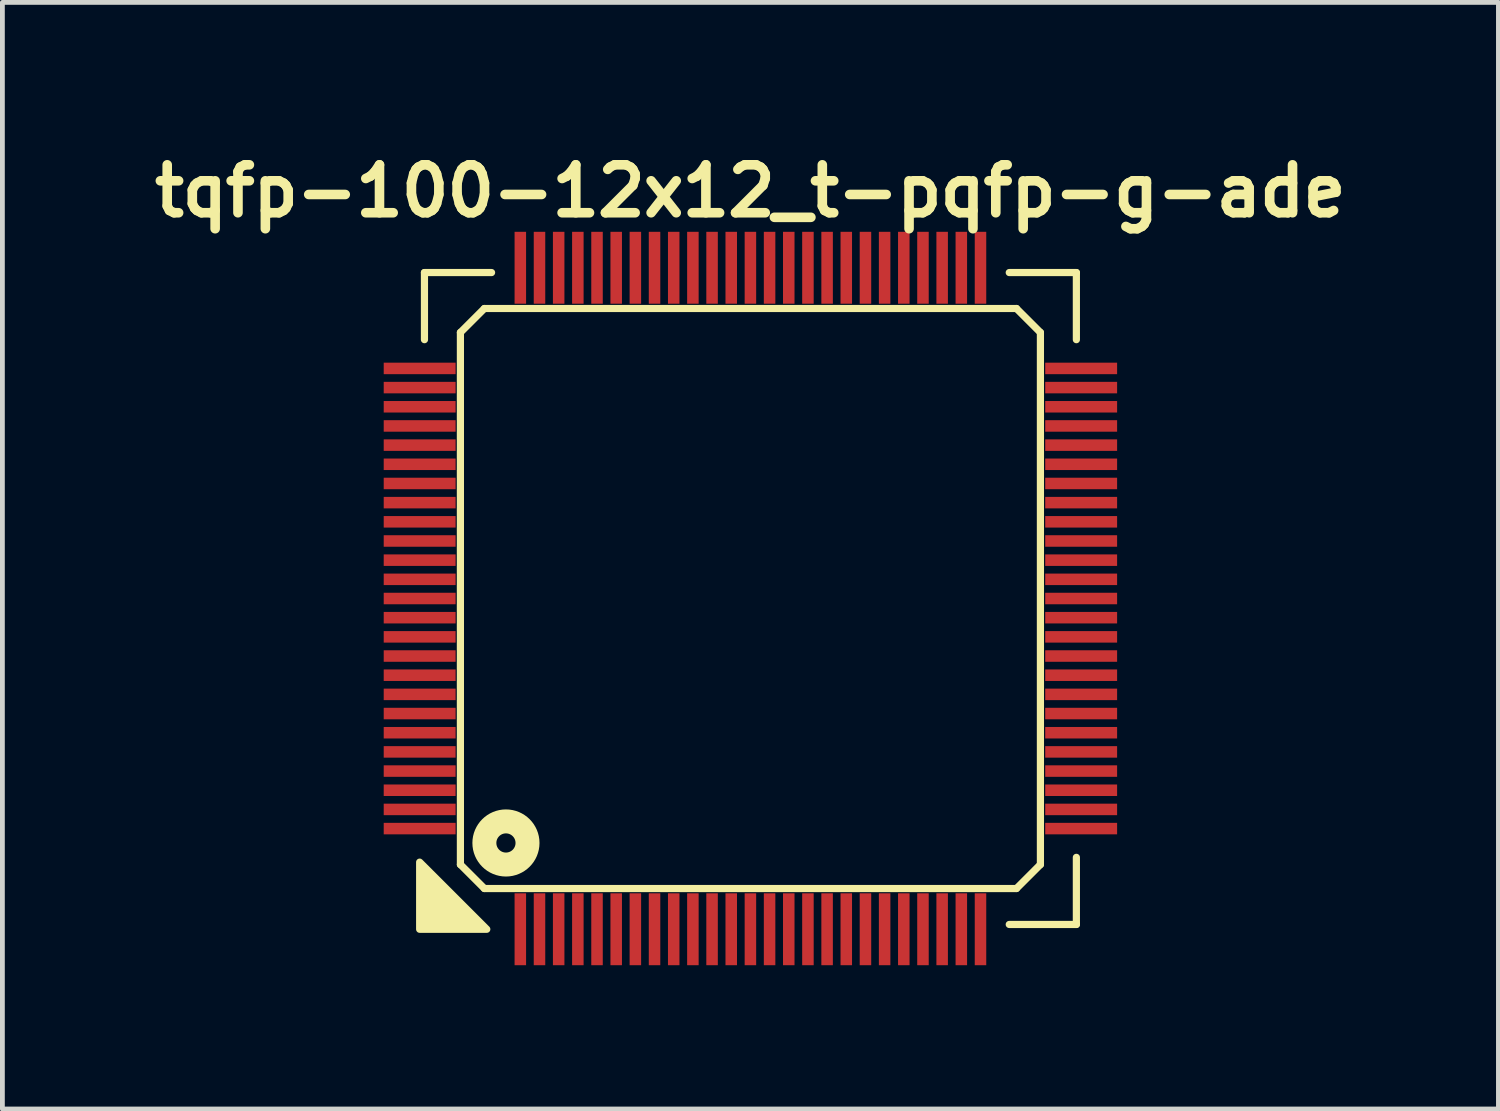
<source format=kicad_pcb>
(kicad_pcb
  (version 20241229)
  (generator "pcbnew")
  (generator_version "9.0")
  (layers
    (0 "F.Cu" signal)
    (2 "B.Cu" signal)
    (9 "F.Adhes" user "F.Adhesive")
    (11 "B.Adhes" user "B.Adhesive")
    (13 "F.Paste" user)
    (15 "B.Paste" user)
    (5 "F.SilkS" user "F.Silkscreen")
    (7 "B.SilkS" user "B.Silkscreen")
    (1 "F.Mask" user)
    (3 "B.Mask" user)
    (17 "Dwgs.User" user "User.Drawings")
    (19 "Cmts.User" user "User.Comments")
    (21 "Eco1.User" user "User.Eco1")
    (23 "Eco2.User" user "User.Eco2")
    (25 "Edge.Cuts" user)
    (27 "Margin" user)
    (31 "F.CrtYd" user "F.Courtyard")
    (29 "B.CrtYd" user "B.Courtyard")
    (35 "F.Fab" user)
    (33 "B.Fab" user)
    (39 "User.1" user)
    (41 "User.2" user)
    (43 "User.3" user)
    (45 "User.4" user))
  (footprint "tqfp-100-12x12_t-pqfp-g-ade"
    (layer "F.Cu")
    (at 12.605 9.436)
    (property "Reference" "tqfp-100-12x12_t-pqfp-g-ade" (at 0 -8.5 0) (layer "F.SilkS") (effects (font (size 1 1) (thickness 0.2))))
    (attr smd)
    (fp_line (start -6.8 -6.8) (end -5.4 -6.8) (stroke (width 0.15) (type solid)) (layer "F.SilkS"))
    (fp_line (start -6.8 -5.4) (end -6.8 -6.8) (stroke (width 0.15) (type solid)) (layer "F.SilkS"))
    (fp_line (start -6.05 -5.55) (end -5.55 -6.05) (stroke (width 0.15) (type solid)) (layer "F.SilkS"))
    (fp_line (start -6.05 5.55) (end -6.05 -5.55) (stroke (width 0.15) (type solid)) (layer "F.SilkS"))
    (fp_line (start -5.55 -6.05) (end 5.55 -6.05) (stroke (width 0.15) (type solid)) (layer "F.SilkS"))
    (fp_line (start -5.55 6.05) (end -6.05 5.55) (stroke (width 0.15) (type solid)) (layer "F.SilkS"))
    (fp_line (start 5.4 -6.8) (end 6.8 -6.8) (stroke (width 0.15) (type solid)) (layer "F.SilkS"))
    (fp_line (start 5.55 -6.05) (end 6.05 -5.55) (stroke (width 0.15) (type solid)) (layer "F.SilkS"))
    (fp_line (start 5.55 6.05) (end -5.55 6.05) (stroke (width 0.15) (type solid)) (layer "F.SilkS"))
    (fp_line (start 6.05 -5.55) (end 6.05 5.55) (stroke (width 0.15) (type solid)) (layer "F.SilkS"))
    (fp_line (start 6.05 5.55) (end 5.55 6.05) (stroke (width 0.15) (type solid)) (layer "F.SilkS"))
    (fp_line (start 6.8 -6.8) (end 6.8 -5.4) (stroke (width 0.15) (type solid)) (layer "F.SilkS"))
    (fp_line (start 6.8 5.4) (end 6.8 6.8) (stroke (width 0.15) (type solid)) (layer "F.SilkS"))
    (fp_line (start 6.8 6.8) (end 5.4 6.8) (stroke (width 0.15) (type solid)) (layer "F.SilkS"))
    (fp_circle (center -5.1 5.1) (end -4.9 5.1) (stroke (width 0.5) (type solid)) (fill no) (layer "F.SilkS"))
    (fp_poly (pts (xy -5.5 6.9) (xy -6.9 6.9) (xy -6.9 5.5)) (stroke (width 0.15) (type solid)) (fill yes) (layer "F.SilkS"))
    (pad "1" smd rect (at -4.8 6.9) (size 0.24 1.5) (layers "F.Cu" "F.Mask" "F.Paste"))
    (pad "2" smd rect (at -4.4 6.9) (size 0.24 1.5) (layers "F.Cu" "F.Mask" "F.Paste"))
    (pad "3" smd rect (at -4 6.9) (size 0.24 1.5) (layers "F.Cu" "F.Mask" "F.Paste"))
    (pad "4" smd rect (at -3.6 6.9) (size 0.24 1.5) (layers "F.Cu" "F.Mask" "F.Paste"))
    (pad "5" smd rect (at -3.2 6.9) (size 0.24 1.5) (layers "F.Cu" "F.Mask" "F.Paste"))
    (pad "6" smd rect (at -2.8 6.9) (size 0.24 1.5) (layers "F.Cu" "F.Mask" "F.Paste"))
    (pad "7" smd rect (at -2.4 6.9) (size 0.24 1.5) (layers "F.Cu" "F.Mask" "F.Paste"))
    (pad "8" smd rect (at -2 6.9) (size 0.24 1.5) (layers "F.Cu" "F.Mask" "F.Paste"))
    (pad "9" smd rect (at -1.6 6.9) (size 0.24 1.5) (layers "F.Cu" "F.Mask" "F.Paste"))
    (pad "10" smd rect (at -1.2 6.9) (size 0.24 1.5) (layers "F.Cu" "F.Mask" "F.Paste"))
    (pad "11" smd rect (at -0.8 6.9) (size 0.24 1.5) (layers "F.Cu" "F.Mask" "F.Paste"))
    (pad "12" smd rect (at -0.4 6.9) (size 0.24 1.5) (layers "F.Cu" "F.Mask" "F.Paste"))
    (pad "13" smd rect (at 0 6.9) (size 0.24 1.5) (layers "F.Cu" "F.Mask" "F.Paste"))
    (pad "14" smd rect (at 0.4 6.9) (size 0.24 1.5) (layers "F.Cu" "F.Mask" "F.Paste"))
    (pad "15" smd rect (at 0.8 6.9) (size 0.24 1.5) (layers "F.Cu" "F.Mask" "F.Paste"))
    (pad "16" smd rect (at 1.2 6.9) (size 0.24 1.5) (layers "F.Cu" "F.Mask" "F.Paste"))
    (pad "17" smd rect (at 1.6 6.9) (size 0.24 1.5) (layers "F.Cu" "F.Mask" "F.Paste"))
    (pad "18" smd rect (at 2 6.9) (size 0.24 1.5) (layers "F.Cu" "F.Mask" "F.Paste"))
    (pad "19" smd rect (at 2.4 6.9) (size 0.24 1.5) (layers "F.Cu" "F.Mask" "F.Paste"))
    (pad "20" smd rect (at 2.8 6.9) (size 0.24 1.5) (layers "F.Cu" "F.Mask" "F.Paste"))
    (pad "21" smd rect (at 3.2 6.9) (size 0.24 1.5) (layers "F.Cu" "F.Mask" "F.Paste"))
    (pad "22" smd rect (at 3.6 6.9) (size 0.24 1.5) (layers "F.Cu" "F.Mask" "F.Paste"))
    (pad "23" smd rect (at 4 6.9) (size 0.24 1.5) (layers "F.Cu" "F.Mask" "F.Paste"))
    (pad "24" smd rect (at 4.4 6.9) (size 0.24 1.5) (layers "F.Cu" "F.Mask" "F.Paste"))
    (pad "25" smd rect (at 4.8 6.9) (size 0.24 1.5) (layers "F.Cu" "F.Mask" "F.Paste"))
    (pad "26" smd rect (at 6.9 4.8) (size 1.5 0.24) (layers "F.Cu" "F.Mask" "F.Paste"))
    (pad "27" smd rect (at 6.9 4.4) (size 1.5 0.24) (layers "F.Cu" "F.Mask" "F.Paste"))
    (pad "28" smd rect (at 6.9 4) (size 1.5 0.24) (layers "F.Cu" "F.Mask" "F.Paste"))
    (pad "29" smd rect (at 6.9 3.6) (size 1.5 0.24) (layers "F.Cu" "F.Mask" "F.Paste"))
    (pad "30" smd rect (at 6.9 3.2) (size 1.5 0.24) (layers "F.Cu" "F.Mask" "F.Paste"))
    (pad "31" smd rect (at 6.9 2.8) (size 1.5 0.24) (layers "F.Cu" "F.Mask" "F.Paste"))
    (pad "32" smd rect (at 6.9 2.4) (size 1.5 0.24) (layers "F.Cu" "F.Mask" "F.Paste"))
    (pad "33" smd rect (at 6.9 2) (size 1.5 0.24) (layers "F.Cu" "F.Mask" "F.Paste"))
    (pad "34" smd rect (at 6.9 1.6) (size 1.5 0.24) (layers "F.Cu" "F.Mask" "F.Paste"))
    (pad "35" smd rect (at 6.9 1.2) (size 1.5 0.24) (layers "F.Cu" "F.Mask" "F.Paste"))
    (pad "36" smd rect (at 6.9 0.8) (size 1.5 0.24) (layers "F.Cu" "F.Mask" "F.Paste"))
    (pad "37" smd rect (at 6.9 0.4) (size 1.5 0.24) (layers "F.Cu" "F.Mask" "F.Paste"))
    (pad "38" smd rect (at 6.9 0) (size 1.5 0.24) (layers "F.Cu" "F.Mask" "F.Paste"))
    (pad "39" smd rect (at 6.9 -0.4) (size 1.5 0.24) (layers "F.Cu" "F.Mask" "F.Paste"))
    (pad "40" smd rect (at 6.9 -0.8) (size 1.5 0.24) (layers "F.Cu" "F.Mask" "F.Paste"))
    (pad "41" smd rect (at 6.9 -1.2) (size 1.5 0.24) (layers "F.Cu" "F.Mask" "F.Paste"))
    (pad "42" smd rect (at 6.9 -1.6) (size 1.5 0.24) (layers "F.Cu" "F.Mask" "F.Paste"))
    (pad "43" smd rect (at 6.9 -2) (size 1.5 0.24) (layers "F.Cu" "F.Mask" "F.Paste"))
    (pad "44" smd rect (at 6.9 -2.4) (size 1.5 0.24) (layers "F.Cu" "F.Mask" "F.Paste"))
    (pad "45" smd rect (at 6.9 -2.8) (size 1.5 0.24) (layers "F.Cu" "F.Mask" "F.Paste"))
    (pad "46" smd rect (at 6.9 -3.2) (size 1.5 0.24) (layers "F.Cu" "F.Mask" "F.Paste"))
    (pad "47" smd rect (at 6.9 -3.6) (size 1.5 0.24) (layers "F.Cu" "F.Mask" "F.Paste"))
    (pad "48" smd rect (at 6.9 -4) (size 1.5 0.24) (layers "F.Cu" "F.Mask" "F.Paste"))
    (pad "49" smd rect (at 6.9 -4.4) (size 1.5 0.24) (layers "F.Cu" "F.Mask" "F.Paste"))
    (pad "50" smd rect (at 6.9 -4.8) (size 1.5 0.24) (layers "F.Cu" "F.Mask" "F.Paste"))
    (pad "51" smd rect (at 4.8 -6.9) (size 0.24 1.5) (layers "F.Cu" "F.Mask" "F.Paste"))
    (pad "52" smd rect (at 4.4 -6.9) (size 0.24 1.5) (layers "F.Cu" "F.Mask" "F.Paste"))
    (pad "53" smd rect (at 4 -6.9) (size 0.24 1.5) (layers "F.Cu" "F.Mask" "F.Paste"))
    (pad "54" smd rect (at 3.6 -6.9) (size 0.24 1.5) (layers "F.Cu" "F.Mask" "F.Paste"))
    (pad "55" smd rect (at 3.2 -6.9) (size 0.24 1.5) (layers "F.Cu" "F.Mask" "F.Paste"))
    (pad "56" smd rect (at 2.8 -6.9) (size 0.24 1.5) (layers "F.Cu" "F.Mask" "F.Paste"))
    (pad "57" smd rect (at 2.4 -6.9) (size 0.24 1.5) (layers "F.Cu" "F.Mask" "F.Paste"))
    (pad "58" smd rect (at 2 -6.9) (size 0.24 1.5) (layers "F.Cu" "F.Mask" "F.Paste"))
    (pad "59" smd rect (at 1.6 -6.9) (size 0.24 1.5) (layers "F.Cu" "F.Mask" "F.Paste"))
    (pad "60" smd rect (at 1.2 -6.9) (size 0.24 1.5) (layers "F.Cu" "F.Mask" "F.Paste"))
    (pad "61" smd rect (at 0.8 -6.9) (size 0.24 1.5) (layers "F.Cu" "F.Mask" "F.Paste"))
    (pad "62" smd rect (at 0.4 -6.9) (size 0.24 1.5) (layers "F.Cu" "F.Mask" "F.Paste"))
    (pad "63" smd rect (at 0 -6.9) (size 0.24 1.5) (layers "F.Cu" "F.Mask" "F.Paste"))
    (pad "64" smd rect (at -0.4 -6.9) (size 0.24 1.5) (layers "F.Cu" "F.Mask" "F.Paste"))
    (pad "65" smd rect (at -0.8 -6.9) (size 0.24 1.5) (layers "F.Cu" "F.Mask" "F.Paste"))
    (pad "66" smd rect (at -1.2 -6.9) (size 0.24 1.5) (layers "F.Cu" "F.Mask" "F.Paste"))
    (pad "67" smd rect (at -1.6 -6.9) (size 0.24 1.5) (layers "F.Cu" "F.Mask" "F.Paste"))
    (pad "68" smd rect (at -2 -6.9) (size 0.24 1.5) (layers "F.Cu" "F.Mask" "F.Paste"))
    (pad "69" smd rect (at -2.4 -6.9) (size 0.24 1.5) (layers "F.Cu" "F.Mask" "F.Paste"))
    (pad "70" smd rect (at -2.8 -6.9) (size 0.24 1.5) (layers "F.Cu" "F.Mask" "F.Paste"))
    (pad "71" smd rect (at -3.2 -6.9) (size 0.24 1.5) (layers "F.Cu" "F.Mask" "F.Paste"))
    (pad "72" smd rect (at -3.6 -6.9) (size 0.24 1.5) (layers "F.Cu" "F.Mask" "F.Paste"))
    (pad "73" smd rect (at -4 -6.9) (size 0.24 1.5) (layers "F.Cu" "F.Mask" "F.Paste"))
    (pad "74" smd rect (at -4.4 -6.9) (size 0.24 1.5) (layers "F.Cu" "F.Mask" "F.Paste"))
    (pad "75" smd rect (at -4.8 -6.9) (size 0.24 1.5) (layers "F.Cu" "F.Mask" "F.Paste"))
    (pad "76" smd rect (at -6.9 -4.8) (size 1.5 0.24) (layers "F.Cu" "F.Mask" "F.Paste"))
    (pad "77" smd rect (at -6.9 -4.4) (size 1.5 0.24) (layers "F.Cu" "F.Mask" "F.Paste"))
    (pad "78" smd rect (at -6.9 -4) (size 1.5 0.24) (layers "F.Cu" "F.Mask" "F.Paste"))
    (pad "79" smd rect (at -6.9 -3.6) (size 1.5 0.24) (layers "F.Cu" "F.Mask" "F.Paste"))
    (pad "80" smd rect (at -6.9 -3.2) (size 1.5 0.24) (layers "F.Cu" "F.Mask" "F.Paste"))
    (pad "81" smd rect (at -6.9 -2.8) (size 1.5 0.24) (layers "F.Cu" "F.Mask" "F.Paste"))
    (pad "82" smd rect (at -6.9 -2.4) (size 1.5 0.24) (layers "F.Cu" "F.Mask" "F.Paste"))
    (pad "83" smd rect (at -6.9 -2) (size 1.5 0.24) (layers "F.Cu" "F.Mask" "F.Paste"))
    (pad "84" smd rect (at -6.9 -1.6) (size 1.5 0.24) (layers "F.Cu" "F.Mask" "F.Paste"))
    (pad "85" smd rect (at -6.9 -1.2) (size 1.5 0.24) (layers "F.Cu" "F.Mask" "F.Paste"))
    (pad "86" smd rect (at -6.9 -0.8) (size 1.5 0.24) (layers "F.Cu" "F.Mask" "F.Paste"))
    (pad "87" smd rect (at -6.9 -0.4) (size 1.5 0.24) (layers "F.Cu" "F.Mask" "F.Paste"))
    (pad "88" smd rect (at -6.9 0) (size 1.5 0.24) (layers "F.Cu" "F.Mask" "F.Paste"))
    (pad "89" smd rect (at -6.9 0.4) (size 1.5 0.24) (layers "F.Cu" "F.Mask" "F.Paste"))
    (pad "90" smd rect (at -6.9 0.8) (size 1.5 0.24) (layers "F.Cu" "F.Mask" "F.Paste"))
    (pad "91" smd rect (at -6.9 1.2) (size 1.5 0.24) (layers "F.Cu" "F.Mask" "F.Paste"))
    (pad "92" smd rect (at -6.9 1.6) (size 1.5 0.24) (layers "F.Cu" "F.Mask" "F.Paste"))
    (pad "93" smd rect (at -6.9 2) (size 1.5 0.24) (layers "F.Cu" "F.Mask" "F.Paste"))
    (pad "94" smd rect (at -6.9 2.4) (size 1.5 0.24) (layers "F.Cu" "F.Mask" "F.Paste"))
    (pad "95" smd rect (at -6.9 2.8) (size 1.5 0.24) (layers "F.Cu" "F.Mask" "F.Paste"))
    (pad "96" smd rect (at -6.9 3.2) (size 1.5 0.24) (layers "F.Cu" "F.Mask" "F.Paste"))
    (pad "97" smd rect (at -6.9 3.6) (size 1.5 0.24) (layers "F.Cu" "F.Mask" "F.Paste"))
    (pad "98" smd rect (at -6.9 4) (size 1.5 0.24) (layers "F.Cu" "F.Mask" "F.Paste"))
    (pad "99" smd rect (at -6.9 4.4) (size 1.5 0.24) (layers "F.Cu" "F.Mask" "F.Paste"))
    (pad "100" smd rect (at -6.9 4.8) (size 1.5 0.24) (layers "F.Cu" "F.Mask" "F.Paste")))
  (gr_rect
    (start -3 -3)
    (end 28.21 20.086)
    (stroke (width 0.1) (type default))
    (fill no)
    (layer "Edge.Cuts")))
</source>
